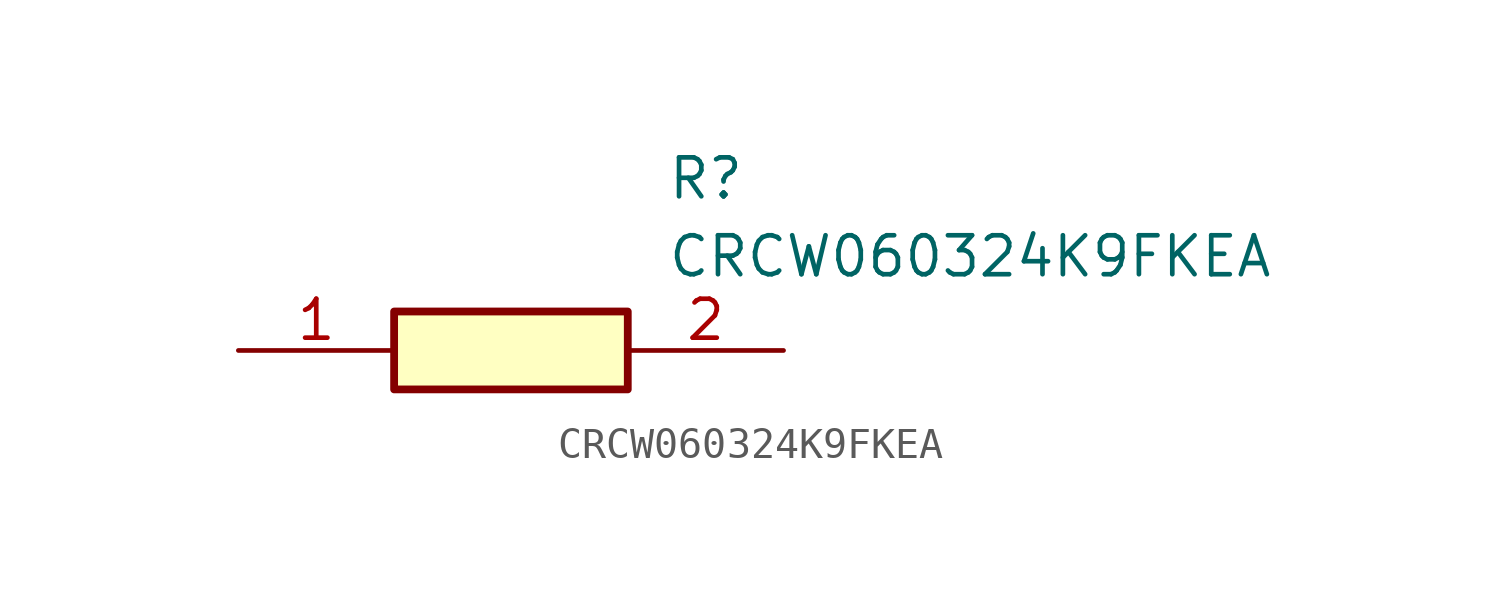
<source format=kicad_sym>
(kicad_symbol_lib
  (version 20211014)
  (generator SamacSys_ECAD_Model)
  (symbol "CRCW060324K9FKEA"
    (pin_names hide)
    (property "Reference" "R"
      (at 13.97 6.35 0)
      (effects (font (size 1.27 1.27)) (justify left top)))
    (property "Value" "CRCW060324K9FKEA"
      (at 13.97 3.81 0)
      (effects (font (size 1.27 1.27)) (justify left top)))
    (rectangle
      (start 5.08 1.27)
      (end 12.7 -1.27)
      (stroke (width 0.254) (type default))
      (fill (type background)))
    (pin passive line
      (at 0 0 0)
      (length 5.08)
      (name "1" (effects (font (size 1.27 1.27))))
      (number "1" (effects (font (size 1.27 1.27)))))
    (pin passive line
      (at 17.78 0 180)
      (length 5.08)
      (name "2" (effects (font (size 1.27 1.27))))
      (number "2" (effects (font (size 1.27 1.27)))))))
</source>
